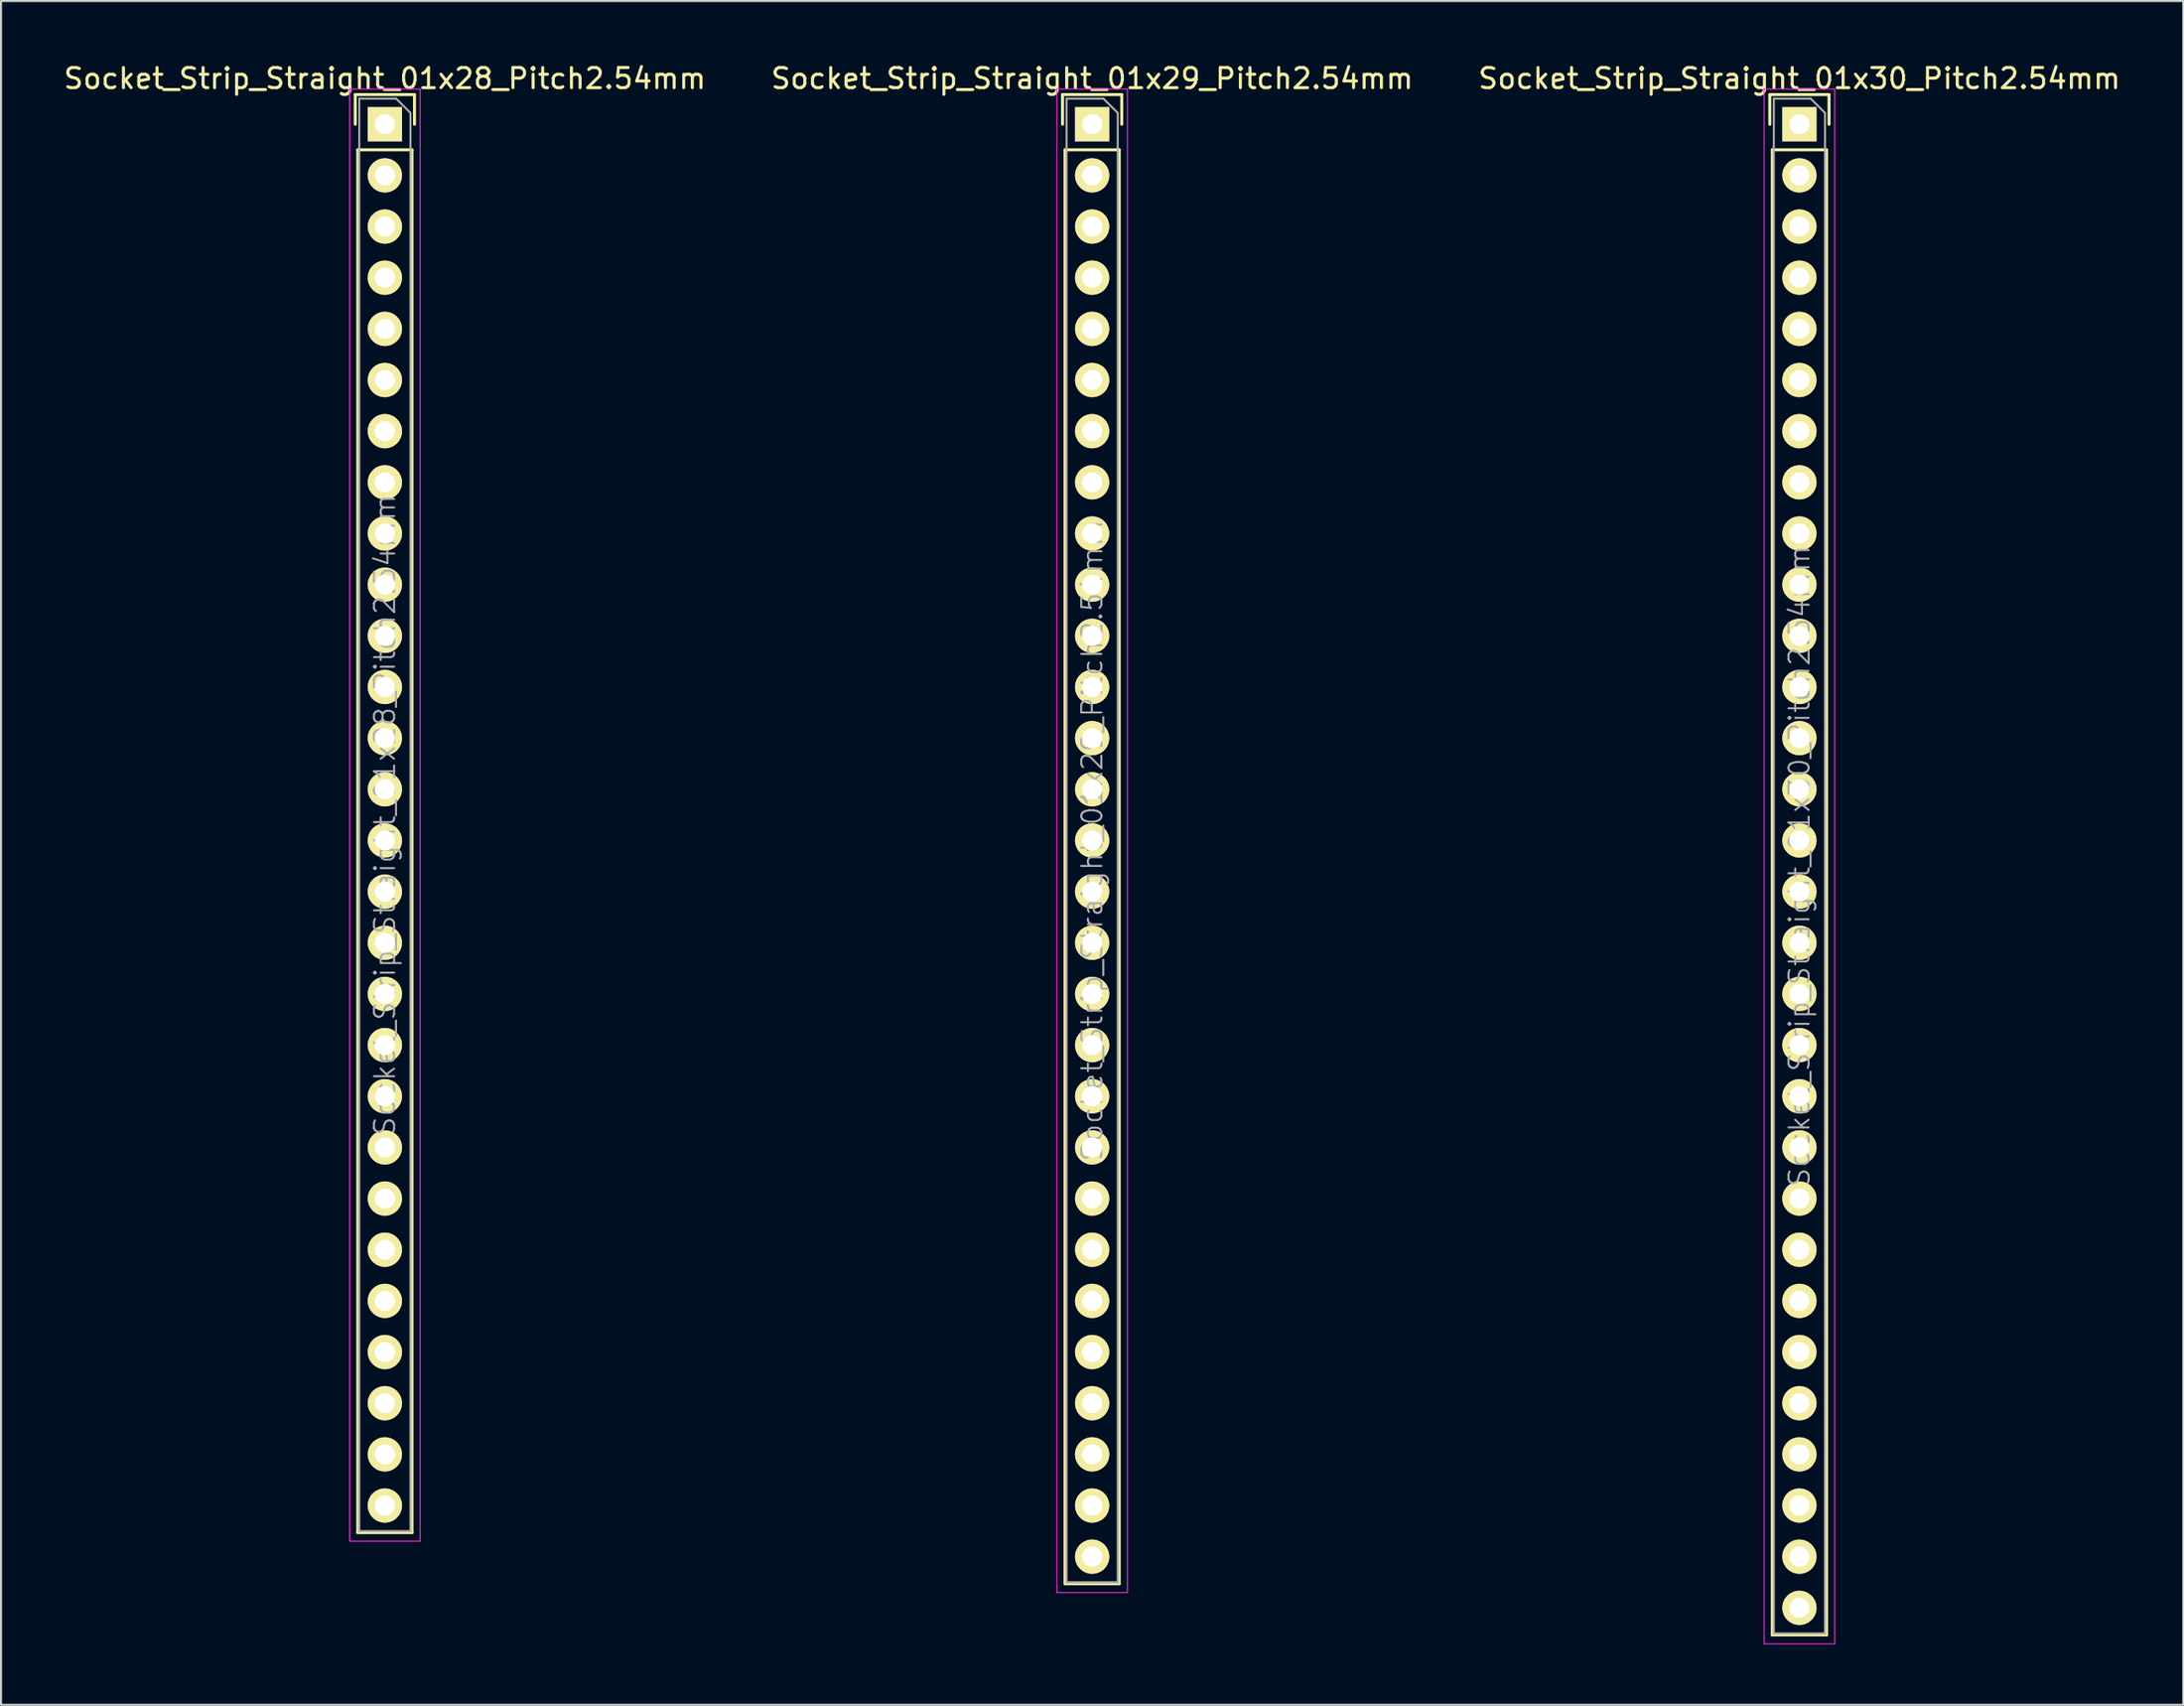
<source format=kicad_pcb>
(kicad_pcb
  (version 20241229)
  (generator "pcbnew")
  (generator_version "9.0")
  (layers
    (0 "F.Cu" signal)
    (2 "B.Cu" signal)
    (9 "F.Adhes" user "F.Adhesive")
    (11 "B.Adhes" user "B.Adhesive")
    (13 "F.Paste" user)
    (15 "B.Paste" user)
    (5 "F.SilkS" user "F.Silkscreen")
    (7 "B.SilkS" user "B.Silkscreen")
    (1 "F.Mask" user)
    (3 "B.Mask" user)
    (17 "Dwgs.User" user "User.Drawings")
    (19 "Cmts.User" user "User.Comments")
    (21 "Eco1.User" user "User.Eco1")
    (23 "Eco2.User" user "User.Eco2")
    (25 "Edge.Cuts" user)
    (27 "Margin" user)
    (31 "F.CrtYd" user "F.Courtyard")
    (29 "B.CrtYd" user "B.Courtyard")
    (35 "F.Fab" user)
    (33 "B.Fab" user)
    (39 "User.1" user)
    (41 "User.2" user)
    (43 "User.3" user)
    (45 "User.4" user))
  (footprint "Socket_Strip_Straight_01x28_Pitch2.54mm"
    (layer "F.Cu")
    (at 16.054 3.118)
    (property "Reference" "Socket_Strip_Straight_01x28_Pitch2.54mm" (at 0 -2.27 0) (layer "F.SilkS") (effects (font (size 1 1) (thickness 0.15))))
    (attr smd)
    (fp_line (start -1.47 -1.47) (end -1.47 0) (stroke (width 0.15) (type solid)) (layer "F.SilkS"))
    (fp_line (start -1.47 -1.47) (end 1.47 -1.47) (stroke (width 0.15) (type solid)) (layer "F.SilkS"))
    (fp_line (start -1.345 1.27) (end -1.345 69.925) (stroke (width 0.15) (type solid)) (layer "F.SilkS"))
    (fp_line (start -1.345 1.27) (end 1.345 1.27) (stroke (width 0.15) (type solid)) (layer "F.SilkS"))
    (fp_line (start -1.345 69.925) (end 1.345 69.925) (stroke (width 0.15) (type solid)) (layer "F.SilkS"))
    (fp_line (start 1.345 1.27) (end 1.345 69.925) (stroke (width 0.15) (type solid)) (layer "F.SilkS"))
    (fp_line (start 1.47 -1.47) (end 1.47 0) (stroke (width 0.15) (type solid)) (layer "F.SilkS"))
    (fp_line (start -1.75 -1.75) (end -1.75 70.35) (stroke (width 0.05) (type solid)) (layer "F.CrtYd"))
    (fp_line (start 1.75 -1.75) (end -1.75 -1.75) (stroke (width 0.05) (type solid)) (layer "F.CrtYd"))
    (fp_line (start 1.75 -1.75) (end 1.75 70.35) (stroke (width 0.05) (type solid)) (layer "F.CrtYd"))
    (fp_line (start 1.75 70.35) (end -1.75 70.35) (stroke (width 0.05) (type solid)) (layer "F.CrtYd"))
    (fp_line (start -1.27 -1.27) (end 0.563 -1.27) (stroke (width 0.1) (type solid)) (layer "F.Fab"))
    (fp_line (start -1.27 69.85) (end -1.27 -1.27) (stroke (width 0.1) (type solid)) (layer "F.Fab"))
    (fp_line (start -1.27 69.85) (end 1.27 69.85) (stroke (width 0.1) (type solid)) (layer "F.Fab"))
    (fp_line (start 1.27 -0.563) (end 0.563 -1.27) (stroke (width 0.1) (type solid)) (layer "F.Fab"))
    (fp_line (start 1.27 69.85) (end 1.27 -0.563) (stroke (width 0.1) (type solid)) (layer "F.Fab"))
    (fp_text user "${REFERENCE}" (at 0 34.29 90) (layer "F.Fab") (effects (font (size 1 1) (thickness 0.1))))
    (pad "1" thru_hole rect (at 0 0) (size 1.7 1.7) (drill 1) (layers "*.Cu" "*.Mask" "F.SilkS"))
    (pad "2" thru_hole oval (at 0 2.54) (size 1.7 1.7) (drill 1) (layers "*.Cu" "*.Mask" "F.SilkS"))
    (pad "3" thru_hole oval (at 0 5.08) (size 1.7 1.7) (drill 1) (layers "*.Cu" "*.Mask" "F.SilkS"))
    (pad "4" thru_hole oval (at 0 7.62) (size 1.7 1.7) (drill 1) (layers "*.Cu" "*.Mask" "F.SilkS"))
    (pad "5" thru_hole oval (at 0 10.16) (size 1.7 1.7) (drill 1) (layers "*.Cu" "*.Mask" "F.SilkS"))
    (pad "6" thru_hole oval (at 0 12.7) (size 1.7 1.7) (drill 1) (layers "*.Cu" "*.Mask" "F.SilkS"))
    (pad "7" thru_hole oval (at 0 15.24) (size 1.7 1.7) (drill 1) (layers "*.Cu" "*.Mask" "F.SilkS"))
    (pad "8" thru_hole oval (at 0 17.78) (size 1.7 1.7) (drill 1) (layers "*.Cu" "*.Mask" "F.SilkS"))
    (pad "9" thru_hole oval (at 0 20.32) (size 1.7 1.7) (drill 1) (layers "*.Cu" "*.Mask" "F.SilkS"))
    (pad "10" thru_hole oval (at 0 22.86) (size 1.7 1.7) (drill 1) (layers "*.Cu" "*.Mask" "F.SilkS"))
    (pad "11" thru_hole oval (at 0 25.4) (size 1.7 1.7) (drill 1) (layers "*.Cu" "*.Mask" "F.SilkS"))
    (pad "12" thru_hole oval (at 0 27.94) (size 1.7 1.7) (drill 1) (layers "*.Cu" "*.Mask" "F.SilkS"))
    (pad "13" thru_hole oval (at 0 30.48) (size 1.7 1.7) (drill 1) (layers "*.Cu" "*.Mask" "F.SilkS"))
    (pad "14" thru_hole oval (at 0 33.02) (size 1.7 1.7) (drill 1) (layers "*.Cu" "*.Mask" "F.SilkS"))
    (pad "15" thru_hole oval (at 0 35.56) (size 1.7 1.7) (drill 1) (layers "*.Cu" "*.Mask" "F.SilkS"))
    (pad "16" thru_hole oval (at 0 38.1) (size 1.7 1.7) (drill 1) (layers "*.Cu" "*.Mask" "F.SilkS"))
    (pad "17" thru_hole oval (at 0 40.64) (size 1.7 1.7) (drill 1) (layers "*.Cu" "*.Mask" "F.SilkS"))
    (pad "18" thru_hole oval (at 0 43.18) (size 1.7 1.7) (drill 1) (layers "*.Cu" "*.Mask" "F.SilkS"))
    (pad "19" thru_hole oval (at 0 45.72) (size 1.7 1.7) (drill 1) (layers "*.Cu" "*.Mask" "F.SilkS"))
    (pad "20" thru_hole oval (at 0 48.26) (size 1.7 1.7) (drill 1) (layers "*.Cu" "*.Mask" "F.SilkS"))
    (pad "21" thru_hole oval (at 0 50.8) (size 1.7 1.7) (drill 1) (layers "*.Cu" "*.Mask" "F.SilkS"))
    (pad "22" thru_hole oval (at 0 53.34) (size 1.7 1.7) (drill 1) (layers "*.Cu" "*.Mask" "F.SilkS"))
    (pad "23" thru_hole oval (at 0 55.88) (size 1.7 1.7) (drill 1) (layers "*.Cu" "*.Mask" "F.SilkS"))
    (pad "24" thru_hole oval (at 0 58.42) (size 1.7 1.7) (drill 1) (layers "*.Cu" "*.Mask" "F.SilkS"))
    (pad "25" thru_hole oval (at 0 60.96) (size 1.7 1.7) (drill 1) (layers "*.Cu" "*.Mask" "F.SilkS"))
    (pad "26" thru_hole oval (at 0 63.5) (size 1.7 1.7) (drill 1) (layers "*.Cu" "*.Mask" "F.SilkS"))
    (pad "27" thru_hole oval (at 0 66.04) (size 1.7 1.7) (drill 1) (layers "*.Cu" "*.Mask" "F.SilkS"))
    (pad "28" thru_hole oval (at 0 68.58) (size 1.7 1.7) (drill 1) (layers "*.Cu" "*.Mask" "F.SilkS")))
  (footprint "Socket_Strip_Straight_01x29_Pitch2.54mm"
    (layer "F.Cu")
    (at 51.161 3.118)
    (property "Reference" "Socket_Strip_Straight_01x29_Pitch2.54mm" (at 0 -2.27 0) (layer "F.SilkS") (effects (font (size 1 1) (thickness 0.15))))
    (attr smd)
    (fp_line (start -1.47 -1.47) (end -1.47 0) (stroke (width 0.15) (type solid)) (layer "F.SilkS"))
    (fp_line (start -1.47 -1.47) (end 1.47 -1.47) (stroke (width 0.15) (type solid)) (layer "F.SilkS"))
    (fp_line (start -1.345 1.27) (end -1.345 72.465) (stroke (width 0.15) (type solid)) (layer "F.SilkS"))
    (fp_line (start -1.345 1.27) (end 1.345 1.27) (stroke (width 0.15) (type solid)) (layer "F.SilkS"))
    (fp_line (start -1.345 72.465) (end 1.345 72.465) (stroke (width 0.15) (type solid)) (layer "F.SilkS"))
    (fp_line (start 1.345 1.27) (end 1.345 72.465) (stroke (width 0.15) (type solid)) (layer "F.SilkS"))
    (fp_line (start 1.47 -1.47) (end 1.47 0) (stroke (width 0.15) (type solid)) (layer "F.SilkS"))
    (fp_line (start -1.75 -1.75) (end -1.75 72.9) (stroke (width 0.05) (type solid)) (layer "F.CrtYd"))
    (fp_line (start 1.75 -1.75) (end -1.75 -1.75) (stroke (width 0.05) (type solid)) (layer "F.CrtYd"))
    (fp_line (start 1.75 -1.75) (end 1.75 72.9) (stroke (width 0.05) (type solid)) (layer "F.CrtYd"))
    (fp_line (start 1.75 72.9) (end -1.75 72.9) (stroke (width 0.05) (type solid)) (layer "F.CrtYd"))
    (fp_line (start -1.27 -1.27) (end 0.563 -1.27) (stroke (width 0.1) (type solid)) (layer "F.Fab"))
    (fp_line (start -1.27 72.39) (end -1.27 -1.27) (stroke (width 0.1) (type solid)) (layer "F.Fab"))
    (fp_line (start -1.27 72.39) (end 1.27 72.39) (stroke (width 0.1) (type solid)) (layer "F.Fab"))
    (fp_line (start 1.27 -0.563) (end 0.563 -1.27) (stroke (width 0.1) (type solid)) (layer "F.Fab"))
    (fp_line (start 1.27 72.39) (end 1.27 -0.563) (stroke (width 0.1) (type solid)) (layer "F.Fab"))
    (fp_text user "${REFERENCE}" (at 0 35.56 90) (layer "F.Fab") (effects (font (size 1 1) (thickness 0.1))))
    (pad "1" thru_hole rect (at 0 0) (size 1.7 1.7) (drill 1) (layers "*.Cu" "*.Mask" "F.SilkS"))
    (pad "2" thru_hole oval (at 0 2.54) (size 1.7 1.7) (drill 1) (layers "*.Cu" "*.Mask" "F.SilkS"))
    (pad "3" thru_hole oval (at 0 5.08) (size 1.7 1.7) (drill 1) (layers "*.Cu" "*.Mask" "F.SilkS"))
    (pad "4" thru_hole oval (at 0 7.62) (size 1.7 1.7) (drill 1) (layers "*.Cu" "*.Mask" "F.SilkS"))
    (pad "5" thru_hole oval (at 0 10.16) (size 1.7 1.7) (drill 1) (layers "*.Cu" "*.Mask" "F.SilkS"))
    (pad "6" thru_hole oval (at 0 12.7) (size 1.7 1.7) (drill 1) (layers "*.Cu" "*.Mask" "F.SilkS"))
    (pad "7" thru_hole oval (at 0 15.24) (size 1.7 1.7) (drill 1) (layers "*.Cu" "*.Mask" "F.SilkS"))
    (pad "8" thru_hole oval (at 0 17.78) (size 1.7 1.7) (drill 1) (layers "*.Cu" "*.Mask" "F.SilkS"))
    (pad "9" thru_hole oval (at 0 20.32) (size 1.7 1.7) (drill 1) (layers "*.Cu" "*.Mask" "F.SilkS"))
    (pad "10" thru_hole oval (at 0 22.86) (size 1.7 1.7) (drill 1) (layers "*.Cu" "*.Mask" "F.SilkS"))
    (pad "11" thru_hole oval (at 0 25.4) (size 1.7 1.7) (drill 1) (layers "*.Cu" "*.Mask" "F.SilkS"))
    (pad "12" thru_hole oval (at 0 27.94) (size 1.7 1.7) (drill 1) (layers "*.Cu" "*.Mask" "F.SilkS"))
    (pad "13" thru_hole oval (at 0 30.48) (size 1.7 1.7) (drill 1) (layers "*.Cu" "*.Mask" "F.SilkS"))
    (pad "14" thru_hole oval (at 0 33.02) (size 1.7 1.7) (drill 1) (layers "*.Cu" "*.Mask" "F.SilkS"))
    (pad "15" thru_hole oval (at 0 35.56) (size 1.7 1.7) (drill 1) (layers "*.Cu" "*.Mask" "F.SilkS"))
    (pad "16" thru_hole oval (at 0 38.1) (size 1.7 1.7) (drill 1) (layers "*.Cu" "*.Mask" "F.SilkS"))
    (pad "17" thru_hole oval (at 0 40.64) (size 1.7 1.7) (drill 1) (layers "*.Cu" "*.Mask" "F.SilkS"))
    (pad "18" thru_hole oval (at 0 43.18) (size 1.7 1.7) (drill 1) (layers "*.Cu" "*.Mask" "F.SilkS"))
    (pad "19" thru_hole oval (at 0 45.72) (size 1.7 1.7) (drill 1) (layers "*.Cu" "*.Mask" "F.SilkS"))
    (pad "20" thru_hole oval (at 0 48.26) (size 1.7 1.7) (drill 1) (layers "*.Cu" "*.Mask" "F.SilkS"))
    (pad "21" thru_hole oval (at 0 50.8) (size 1.7 1.7) (drill 1) (layers "*.Cu" "*.Mask" "F.SilkS"))
    (pad "22" thru_hole oval (at 0 53.34) (size 1.7 1.7) (drill 1) (layers "*.Cu" "*.Mask" "F.SilkS"))
    (pad "23" thru_hole oval (at 0 55.88) (size 1.7 1.7) (drill 1) (layers "*.Cu" "*.Mask" "F.SilkS"))
    (pad "24" thru_hole oval (at 0 58.42) (size 1.7 1.7) (drill 1) (layers "*.Cu" "*.Mask" "F.SilkS"))
    (pad "25" thru_hole oval (at 0 60.96) (size 1.7 1.7) (drill 1) (layers "*.Cu" "*.Mask" "F.SilkS"))
    (pad "26" thru_hole oval (at 0 63.5) (size 1.7 1.7) (drill 1) (layers "*.Cu" "*.Mask" "F.SilkS"))
    (pad "27" thru_hole oval (at 0 66.04) (size 1.7 1.7) (drill 1) (layers "*.Cu" "*.Mask" "F.SilkS"))
    (pad "28" thru_hole oval (at 0 68.58) (size 1.7 1.7) (drill 1) (layers "*.Cu" "*.Mask" "F.SilkS"))
    (pad "29" thru_hole oval (at 0 71.12) (size 1.7 1.7) (drill 1) (layers "*.Cu" "*.Mask" "F.SilkS")))
  (footprint "Socket_Strip_Straight_01x30_Pitch2.54mm"
    (layer "F.Cu")
    (at 86.268 3.118)
    (property "Reference" "Socket_Strip_Straight_01x30_Pitch2.54mm" (at 0 -2.27 0) (layer "F.SilkS") (effects (font (size 1 1) (thickness 0.15))))
    (attr smd)
    (fp_line (start -1.47 -1.47) (end -1.47 0) (stroke (width 0.15) (type solid)) (layer "F.SilkS"))
    (fp_line (start -1.47 -1.47) (end 1.47 -1.47) (stroke (width 0.15) (type solid)) (layer "F.SilkS"))
    (fp_line (start -1.345 1.27) (end -1.345 75.005) (stroke (width 0.15) (type solid)) (layer "F.SilkS"))
    (fp_line (start -1.345 1.27) (end 1.345 1.27) (stroke (width 0.15) (type solid)) (layer "F.SilkS"))
    (fp_line (start -1.345 75.005) (end 1.345 75.005) (stroke (width 0.15) (type solid)) (layer "F.SilkS"))
    (fp_line (start 1.345 1.27) (end 1.345 75.005) (stroke (width 0.15) (type solid)) (layer "F.SilkS"))
    (fp_line (start 1.47 -1.47) (end 1.47 0) (stroke (width 0.15) (type solid)) (layer "F.SilkS"))
    (fp_line (start -1.75 -1.75) (end -1.75 75.45) (stroke (width 0.05) (type solid)) (layer "F.CrtYd"))
    (fp_line (start 1.75 -1.75) (end -1.75 -1.75) (stroke (width 0.05) (type solid)) (layer "F.CrtYd"))
    (fp_line (start 1.75 -1.75) (end 1.75 75.45) (stroke (width 0.05) (type solid)) (layer "F.CrtYd"))
    (fp_line (start 1.75 75.45) (end -1.75 75.45) (stroke (width 0.05) (type solid)) (layer "F.CrtYd"))
    (fp_line (start -1.27 -1.27) (end 0.563 -1.27) (stroke (width 0.1) (type solid)) (layer "F.Fab"))
    (fp_line (start -1.27 74.93) (end -1.27 -1.27) (stroke (width 0.1) (type solid)) (layer "F.Fab"))
    (fp_line (start -1.27 74.93) (end 1.27 74.93) (stroke (width 0.1) (type solid)) (layer "F.Fab"))
    (fp_line (start 1.27 -0.563) (end 0.563 -1.27) (stroke (width 0.1) (type solid)) (layer "F.Fab"))
    (fp_line (start 1.27 74.93) (end 1.27 -0.563) (stroke (width 0.1) (type solid)) (layer "F.Fab"))
    (fp_text user "${REFERENCE}" (at 0 36.83 90) (layer "F.Fab") (effects (font (size 1 1) (thickness 0.1))))
    (pad "1" thru_hole rect (at 0 0) (size 1.7 1.7) (drill 1) (layers "*.Cu" "*.Mask" "F.SilkS"))
    (pad "2" thru_hole oval (at 0 2.54) (size 1.7 1.7) (drill 1) (layers "*.Cu" "*.Mask" "F.SilkS"))
    (pad "3" thru_hole oval (at 0 5.08) (size 1.7 1.7) (drill 1) (layers "*.Cu" "*.Mask" "F.SilkS"))
    (pad "4" thru_hole oval (at 0 7.62) (size 1.7 1.7) (drill 1) (layers "*.Cu" "*.Mask" "F.SilkS"))
    (pad "5" thru_hole oval (at 0 10.16) (size 1.7 1.7) (drill 1) (layers "*.Cu" "*.Mask" "F.SilkS"))
    (pad "6" thru_hole oval (at 0 12.7) (size 1.7 1.7) (drill 1) (layers "*.Cu" "*.Mask" "F.SilkS"))
    (pad "7" thru_hole oval (at 0 15.24) (size 1.7 1.7) (drill 1) (layers "*.Cu" "*.Mask" "F.SilkS"))
    (pad "8" thru_hole oval (at 0 17.78) (size 1.7 1.7) (drill 1) (layers "*.Cu" "*.Mask" "F.SilkS"))
    (pad "9" thru_hole oval (at 0 20.32) (size 1.7 1.7) (drill 1) (layers "*.Cu" "*.Mask" "F.SilkS"))
    (pad "10" thru_hole oval (at 0 22.86) (size 1.7 1.7) (drill 1) (layers "*.Cu" "*.Mask" "F.SilkS"))
    (pad "11" thru_hole oval (at 0 25.4) (size 1.7 1.7) (drill 1) (layers "*.Cu" "*.Mask" "F.SilkS"))
    (pad "12" thru_hole oval (at 0 27.94) (size 1.7 1.7) (drill 1) (layers "*.Cu" "*.Mask" "F.SilkS"))
    (pad "13" thru_hole oval (at 0 30.48) (size 1.7 1.7) (drill 1) (layers "*.Cu" "*.Mask" "F.SilkS"))
    (pad "14" thru_hole oval (at 0 33.02) (size 1.7 1.7) (drill 1) (layers "*.Cu" "*.Mask" "F.SilkS"))
    (pad "15" thru_hole oval (at 0 35.56) (size 1.7 1.7) (drill 1) (layers "*.Cu" "*.Mask" "F.SilkS"))
    (pad "16" thru_hole oval (at 0 38.1) (size 1.7 1.7) (drill 1) (layers "*.Cu" "*.Mask" "F.SilkS"))
    (pad "17" thru_hole oval (at 0 40.64) (size 1.7 1.7) (drill 1) (layers "*.Cu" "*.Mask" "F.SilkS"))
    (pad "18" thru_hole oval (at 0 43.18) (size 1.7 1.7) (drill 1) (layers "*.Cu" "*.Mask" "F.SilkS"))
    (pad "19" thru_hole oval (at 0 45.72) (size 1.7 1.7) (drill 1) (layers "*.Cu" "*.Mask" "F.SilkS"))
    (pad "20" thru_hole oval (at 0 48.26) (size 1.7 1.7) (drill 1) (layers "*.Cu" "*.Mask" "F.SilkS"))
    (pad "21" thru_hole oval (at 0 50.8) (size 1.7 1.7) (drill 1) (layers "*.Cu" "*.Mask" "F.SilkS"))
    (pad "22" thru_hole oval (at 0 53.34) (size 1.7 1.7) (drill 1) (layers "*.Cu" "*.Mask" "F.SilkS"))
    (pad "23" thru_hole oval (at 0 55.88) (size 1.7 1.7) (drill 1) (layers "*.Cu" "*.Mask" "F.SilkS"))
    (pad "24" thru_hole oval (at 0 58.42) (size 1.7 1.7) (drill 1) (layers "*.Cu" "*.Mask" "F.SilkS"))
    (pad "25" thru_hole oval (at 0 60.96) (size 1.7 1.7) (drill 1) (layers "*.Cu" "*.Mask" "F.SilkS"))
    (pad "26" thru_hole oval (at 0 63.5) (size 1.7 1.7) (drill 1) (layers "*.Cu" "*.Mask" "F.SilkS"))
    (pad "27" thru_hole oval (at 0 66.04) (size 1.7 1.7) (drill 1) (layers "*.Cu" "*.Mask" "F.SilkS"))
    (pad "28" thru_hole oval (at 0 68.58) (size 1.7 1.7) (drill 1) (layers "*.Cu" "*.Mask" "F.SilkS"))
    (pad "29" thru_hole oval (at 0 71.12) (size 1.7 1.7) (drill 1) (layers "*.Cu" "*.Mask" "F.SilkS"))
    (pad "30" thru_hole oval (at 0 73.66) (size 1.7 1.7) (drill 1) (layers "*.Cu" "*.Mask" "F.SilkS")))
  (gr_rect
    (start -3 -3)
    (end 105.321 81.593)
    (stroke (width 0.1) (type default))
    (fill no)
    (layer "Edge.Cuts")))
</source>
